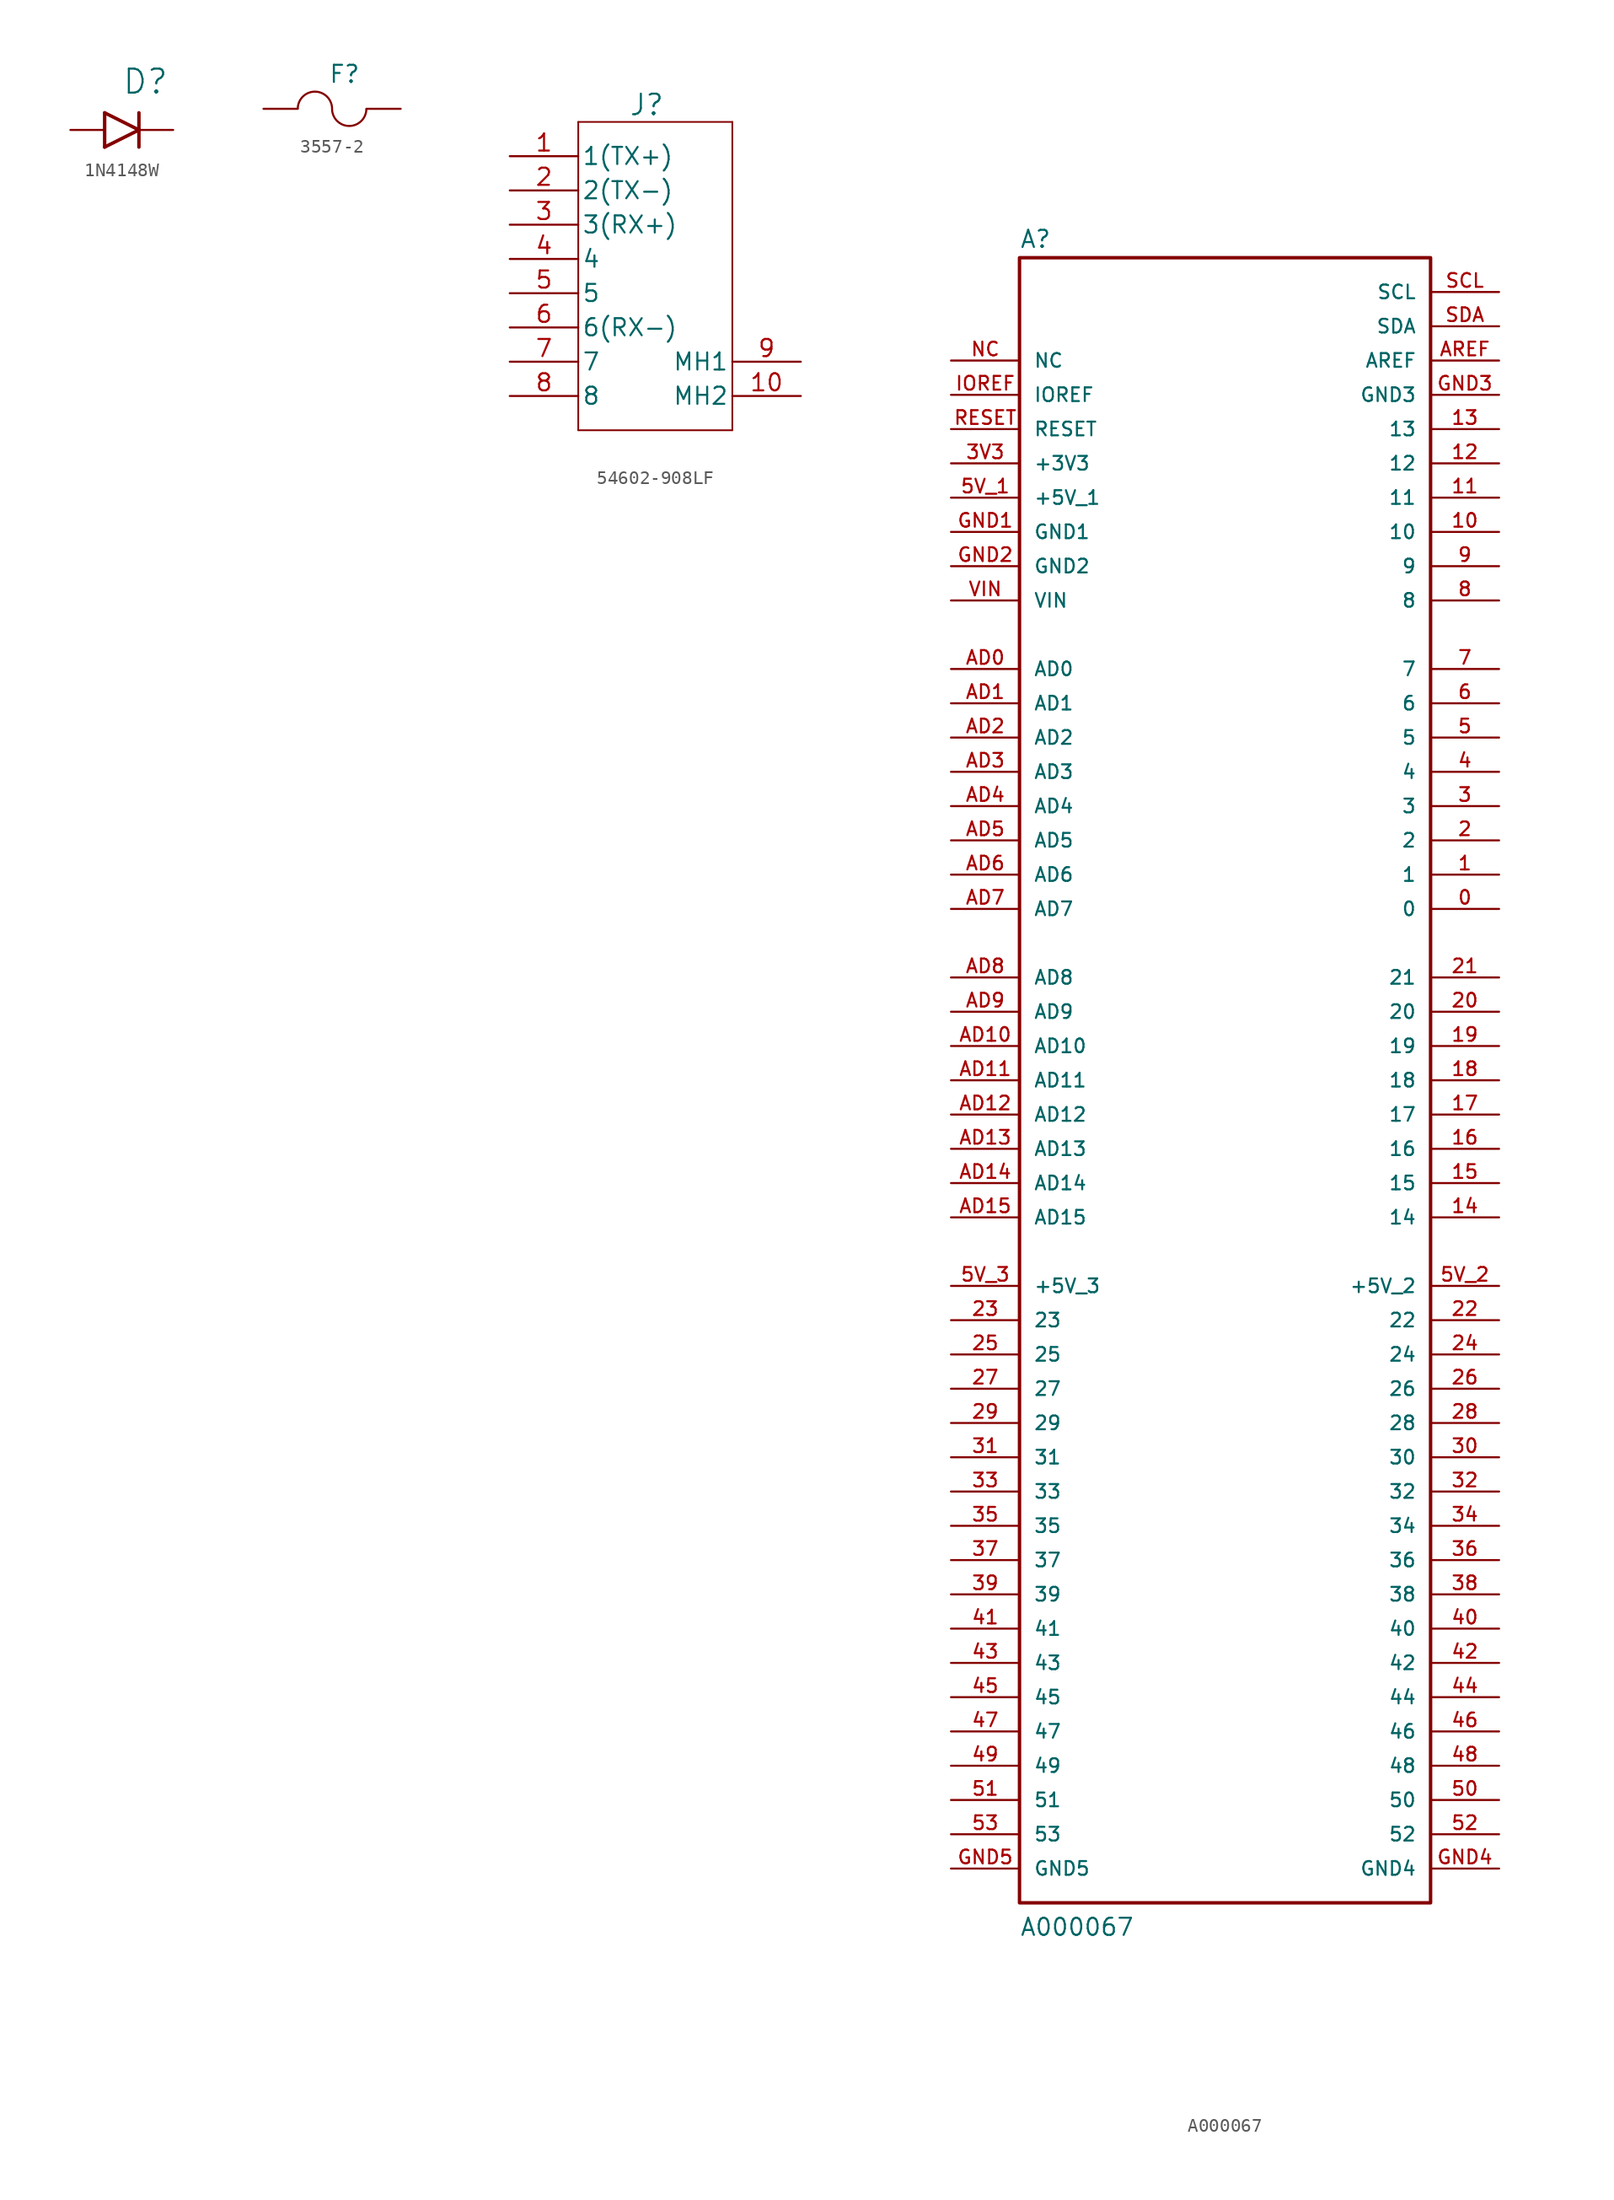
<source format=kicad_sym>
(kicad_symbol_lib
  (version 20220914)
  (generator kicad_symbol_editor)
  (symbol "1N4148W"
    (pin_numbers hide)
    (pin_names hide)
    (property "Reference" "D"
      (at -1.27 2.54 0)
      (effects (font (size 1.778 1.778)) (justify left bottom)))
    (symbol "1N4148W_1_0"
      (polyline (pts (xy -2.54 1.27) (xy -2.54 -1.27)) (stroke (width 0.254) (type solid)) (fill (type none)))
      (polyline (pts (xy -2.54 1.27) (xy 0 0)) (stroke (width 0.254) (type solid)) (fill (type none)))
      (polyline (pts (xy 0 0) (xy -2.54 -1.27)) (stroke (width 0.254) (type solid)) (fill (type none)))
      (polyline (pts (xy 0 0) (xy 0 -1.27)) (stroke (width 0.254) (type solid)) (fill (type none)))
      (polyline (pts (xy 0 1.27) (xy 0 0)) (stroke (width 0.254) (type solid)) (fill (type none)))
      (pin passive line (at 2.54 0 180) (length 2.54) (name "1" (effects (font (size 0 0)))) (number "1" (effects (font (size 0 0)))))
      (pin passive line (at -5.08 0 0) (length 2.54) (name "2" (effects (font (size 0 0)))) (number "2" (effects (font (size 0 0)))))))
  (symbol "3557-2"
    (pin_numbers hide)
    (pin_names
      (offset 1.016) hide)
    (property "Reference" "F"
      (at -0.269 1.825 0)
      (effects (font (size 1.27 1.27)) (justify left bottom)))
    (symbol "3557-2_0_0"
      (arc (start -0.0002 -0.0299) (mid 1.2617 -1.2705) (end 2.5398 -0.0465) (stroke (width 0.1524) (type solid)) (fill (type none)))
      (arc (start 0.0002 0.0298) (mid -1.2617 1.2705) (end -2.5398 0.0464) (stroke (width 0.1524) (type solid)) (fill (type none)))
      (pin passive line (at -5.08 0 0) (length 2.54) (name "1" (effects (font (size 1.016 1.016)))) (number "1" (effects (font (size 1.016 1.016)))))
      (pin passive line (at 5.08 0 180) (length 2.54) (name "2" (effects (font (size 1.016 1.016)))) (number "2" (effects (font (size 1.016 1.016)))))))
  (symbol "54602-908LF"
    (pin_names
      (offset 0.254))
    (property "Reference" "J"
      (at 0 11.43 0)
      (effects (font (size 1.524 1.524))))
    (symbol "54602-908LF_0_1"
      (polyline (pts (xy -5.08 -12.7) (xy 6.35 -12.7)) (stroke (width 0.127) (type default)) (fill (type none)))
      (polyline (pts (xy -5.08 10.16) (xy -5.08 -12.7)) (stroke (width 0.127) (type default)) (fill (type none)))
      (polyline (pts (xy 6.35 -12.7) (xy 6.35 10.16)) (stroke (width 0.127) (type default)) (fill (type none)))
      (polyline (pts (xy 6.35 10.16) (xy -5.08 10.16)) (stroke (width 0.127) (type default)) (fill (type none)))
      (pin passive line (at -10.16 7.62 0) (length 5.08) (name "1(TX+)" (effects (font (size 1.27 1.27)))) (number "1" (effects (font (size 1.27 1.27)))))
      (pin passive line (at 11.43 -10.16 180) (length 5.08) (name "MH2" (effects (font (size 1.27 1.27)))) (number "10" (effects (font (size 1.27 1.27)))))
      (pin passive line (at -10.16 5.08 0) (length 5.08) (name "2(TX-)" (effects (font (size 1.27 1.27)))) (number "2" (effects (font (size 1.27 1.27)))))
      (pin passive line (at -10.16 2.54 0) (length 5.08) (name "3(RX+)" (effects (font (size 1.27 1.27)))) (number "3" (effects (font (size 1.27 1.27)))))
      (pin passive line (at -10.16 0 0) (length 5.08) (name "4" (effects (font (size 1.27 1.27)))) (number "4" (effects (font (size 1.27 1.27)))))
      (pin passive line (at -10.16 -2.54 0) (length 5.08) (name "5" (effects (font (size 1.27 1.27)))) (number "5" (effects (font (size 1.27 1.27)))))
      (pin passive line (at -10.16 -5.08 0) (length 5.08) (name "6(RX-)" (effects (font (size 1.27 1.27)))) (number "6" (effects (font (size 1.27 1.27)))))
      (pin passive line (at -10.16 -7.62 0) (length 5.08) (name "7" (effects (font (size 1.27 1.27)))) (number "7" (effects (font (size 1.27 1.27)))))
      (pin passive line (at -10.16 -10.16 0) (length 5.08) (name "8" (effects (font (size 1.27 1.27)))) (number "8" (effects (font (size 1.27 1.27)))))
      (pin passive line (at 11.43 -7.62 180) (length 5.08) (name "MH1" (effects (font (size 1.27 1.27)))) (number "9" (effects (font (size 1.27 1.27)))))))
  (symbol "A000067"
    (pin_names
      (offset 1.016))
    (property "Reference" "A"
      (at -15.24 61.595 0)
      (effects (font (size 1.27 1.27)) (justify left bottom)))
    (property "Value" "A000067"
      (at -15.24 -63.5 0)
      (effects (font (size 1.27 1.27)) (justify left bottom)))
    (symbol "A000067_0_0"
      (rectangle (start -15.24 60.96) (end 15.24 -60.96) (stroke (width 0.254) (type default)) (fill (type none)))
      (pin passive line (at 20.32 12.7 180) (length 5.08) (name "0" (effects (font (size 1.016 1.016)))) (number "0" (effects (font (size 1.016 1.016)))))
      (pin passive line (at 20.32 15.24 180) (length 5.08) (name "1" (effects (font (size 1.016 1.016)))) (number "1" (effects (font (size 1.016 1.016)))))
      (pin passive line (at 20.32 40.64 180) (length 5.08) (name "10" (effects (font (size 1.016 1.016)))) (number "10" (effects (font (size 1.016 1.016)))))
      (pin passive line (at 20.32 43.18 180) (length 5.08) (name "11" (effects (font (size 1.016 1.016)))) (number "11" (effects (font (size 1.016 1.016)))))
      (pin passive line (at 20.32 45.72 180) (length 5.08) (name "12" (effects (font (size 1.016 1.016)))) (number "12" (effects (font (size 1.016 1.016)))))
      (pin passive line (at 20.32 48.26 180) (length 5.08) (name "13" (effects (font (size 1.016 1.016)))) (number "13" (effects (font (size 1.016 1.016)))))
      (pin passive line (at 20.32 -10.16 180) (length 5.08) (name "14" (effects (font (size 1.016 1.016)))) (number "14" (effects (font (size 1.016 1.016)))))
      (pin passive line (at 20.32 -7.62 180) (length 5.08) (name "15" (effects (font (size 1.016 1.016)))) (number "15" (effects (font (size 1.016 1.016)))))
      (pin passive line (at 20.32 -5.08 180) (length 5.08) (name "16" (effects (font (size 1.016 1.016)))) (number "16" (effects (font (size 1.016 1.016)))))
      (pin passive line (at 20.32 -2.54 180) (length 5.08) (name "17" (effects (font (size 1.016 1.016)))) (number "17" (effects (font (size 1.016 1.016)))))
      (pin passive line (at 20.32 0 180) (length 5.08) (name "18" (effects (font (size 1.016 1.016)))) (number "18" (effects (font (size 1.016 1.016)))))
      (pin passive line (at 20.32 2.54 180) (length 5.08) (name "19" (effects (font (size 1.016 1.016)))) (number "19" (effects (font (size 1.016 1.016)))))
      (pin passive line (at 20.32 17.78 180) (length 5.08) (name "2" (effects (font (size 1.016 1.016)))) (number "2" (effects (font (size 1.016 1.016)))))
      (pin passive line (at 20.32 5.08 180) (length 5.08) (name "20" (effects (font (size 1.016 1.016)))) (number "20" (effects (font (size 1.016 1.016)))))
      (pin passive line (at 20.32 7.62 180) (length 5.08) (name "21" (effects (font (size 1.016 1.016)))) (number "21" (effects (font (size 1.016 1.016)))))
      (pin passive line (at 20.32 -17.78 180) (length 5.08) (name "22" (effects (font (size 1.016 1.016)))) (number "22" (effects (font (size 1.016 1.016)))))
      (pin passive line (at -20.32 -17.78 0) (length 5.08) (name "23" (effects (font (size 1.016 1.016)))) (number "23" (effects (font (size 1.016 1.016)))))
      (pin passive line (at 20.32 -20.32 180) (length 5.08) (name "24" (effects (font (size 1.016 1.016)))) (number "24" (effects (font (size 1.016 1.016)))))
      (pin passive line (at -20.32 -20.32 0) (length 5.08) (name "25" (effects (font (size 1.016 1.016)))) (number "25" (effects (font (size 1.016 1.016)))))
      (pin passive line (at 20.32 -22.86 180) (length 5.08) (name "26" (effects (font (size 1.016 1.016)))) (number "26" (effects (font (size 1.016 1.016)))))
      (pin passive line (at -20.32 -22.86 0) (length 5.08) (name "27" (effects (font (size 1.016 1.016)))) (number "27" (effects (font (size 1.016 1.016)))))
      (pin passive line (at 20.32 -25.4 180) (length 5.08) (name "28" (effects (font (size 1.016 1.016)))) (number "28" (effects (font (size 1.016 1.016)))))
      (pin passive line (at -20.32 -25.4 0) (length 5.08) (name "29" (effects (font (size 1.016 1.016)))) (number "29" (effects (font (size 1.016 1.016)))))
      (pin passive line (at 20.32 20.32 180) (length 5.08) (name "3" (effects (font (size 1.016 1.016)))) (number "3" (effects (font (size 1.016 1.016)))))
      (pin passive line (at 20.32 -27.94 180) (length 5.08) (name "30" (effects (font (size 1.016 1.016)))) (number "30" (effects (font (size 1.016 1.016)))))
      (pin passive line (at -20.32 -27.94 0) (length 5.08) (name "31" (effects (font (size 1.016 1.016)))) (number "31" (effects (font (size 1.016 1.016)))))
      (pin passive line (at 20.32 -30.48 180) (length 5.08) (name "32" (effects (font (size 1.016 1.016)))) (number "32" (effects (font (size 1.016 1.016)))))
      (pin passive line (at -20.32 -30.48 0) (length 5.08) (name "33" (effects (font (size 1.016 1.016)))) (number "33" (effects (font (size 1.016 1.016)))))
      (pin passive line (at 20.32 -33.02 180) (length 5.08) (name "34" (effects (font (size 1.016 1.016)))) (number "34" (effects (font (size 1.016 1.016)))))
      (pin passive line (at -20.32 -33.02 0) (length 5.08) (name "35" (effects (font (size 1.016 1.016)))) (number "35" (effects (font (size 1.016 1.016)))))
      (pin passive line (at 20.32 -35.56 180) (length 5.08) (name "36" (effects (font (size 1.016 1.016)))) (number "36" (effects (font (size 1.016 1.016)))))
      (pin passive line (at -20.32 -35.56 0) (length 5.08) (name "37" (effects (font (size 1.016 1.016)))) (number "37" (effects (font (size 1.016 1.016)))))
      (pin passive line (at 20.32 -38.1 180) (length 5.08) (name "38" (effects (font (size 1.016 1.016)))) (number "38" (effects (font (size 1.016 1.016)))))
      (pin passive line (at -20.32 -38.1 0) (length 5.08) (name "39" (effects (font (size 1.016 1.016)))) (number "39" (effects (font (size 1.016 1.016)))))
      (pin passive line (at -20.32 45.72 0) (length 5.08) (name "+3V3" (effects (font (size 1.016 1.016)))) (number "3V3" (effects (font (size 1.016 1.016)))))
      (pin passive line (at 20.32 22.86 180) (length 5.08) (name "4" (effects (font (size 1.016 1.016)))) (number "4" (effects (font (size 1.016 1.016)))))
      (pin passive line (at 20.32 -40.64 180) (length 5.08) (name "40" (effects (font (size 1.016 1.016)))) (number "40" (effects (font (size 1.016 1.016)))))
      (pin passive line (at -20.32 -40.64 0) (length 5.08) (name "41" (effects (font (size 1.016 1.016)))) (number "41" (effects (font (size 1.016 1.016)))))
      (pin passive line (at 20.32 -43.18 180) (length 5.08) (name "42" (effects (font (size 1.016 1.016)))) (number "42" (effects (font (size 1.016 1.016)))))
      (pin passive line (at -20.32 -43.18 0) (length 5.08) (name "43" (effects (font (size 1.016 1.016)))) (number "43" (effects (font (size 1.016 1.016)))))
      (pin passive line (at 20.32 -45.72 180) (length 5.08) (name "44" (effects (font (size 1.016 1.016)))) (number "44" (effects (font (size 1.016 1.016)))))
      (pin passive line (at -20.32 -45.72 0) (length 5.08) (name "45" (effects (font (size 1.016 1.016)))) (number "45" (effects (font (size 1.016 1.016)))))
      (pin passive line (at 20.32 -48.26 180) (length 5.08) (name "46" (effects (font (size 1.016 1.016)))) (number "46" (effects (font (size 1.016 1.016)))))
      (pin passive line (at -20.32 -48.26 0) (length 5.08) (name "47" (effects (font (size 1.016 1.016)))) (number "47" (effects (font (size 1.016 1.016)))))
      (pin passive line (at 20.32 -50.8 180) (length 5.08) (name "48" (effects (font (size 1.016 1.016)))) (number "48" (effects (font (size 1.016 1.016)))))
      (pin passive line (at -20.32 -50.8 0) (length 5.08) (name "49" (effects (font (size 1.016 1.016)))) (number "49" (effects (font (size 1.016 1.016)))))
      (pin passive line (at 20.32 25.4 180) (length 5.08) (name "5" (effects (font (size 1.016 1.016)))) (number "5" (effects (font (size 1.016 1.016)))))
      (pin passive line (at 20.32 -53.34 180) (length 5.08) (name "50" (effects (font (size 1.016 1.016)))) (number "50" (effects (font (size 1.016 1.016)))))
      (pin passive line (at -20.32 -53.34 0) (length 5.08) (name "51" (effects (font (size 1.016 1.016)))) (number "51" (effects (font (size 1.016 1.016)))))
      (pin passive line (at 20.32 -55.88 180) (length 5.08) (name "52" (effects (font (size 1.016 1.016)))) (number "52" (effects (font (size 1.016 1.016)))))
      (pin passive line (at -20.32 -55.88 0) (length 5.08) (name "53" (effects (font (size 1.016 1.016)))) (number "53" (effects (font (size 1.016 1.016)))))
      (pin passive line (at -20.32 43.18 0) (length 5.08) (name "+5V_1" (effects (font (size 1.016 1.016)))) (number "5V_1" (effects (font (size 1.016 1.016)))))
      (pin passive line (at 20.32 -15.24 180) (length 5.08) (name "+5V_2" (effects (font (size 1.016 1.016)))) (number "5V_2" (effects (font (size 1.016 1.016)))))
      (pin passive line (at -20.32 -15.24 0) (length 5.08) (name "+5V_3" (effects (font (size 1.016 1.016)))) (number "5V_3" (effects (font (size 1.016 1.016)))))
      (pin passive line (at 20.32 27.94 180) (length 5.08) (name "6" (effects (font (size 1.016 1.016)))) (number "6" (effects (font (size 1.016 1.016)))))
      (pin passive line (at 20.32 30.48 180) (length 5.08) (name "7" (effects (font (size 1.016 1.016)))) (number "7" (effects (font (size 1.016 1.016)))))
      (pin passive line (at 20.32 35.56 180) (length 5.08) (name "8" (effects (font (size 1.016 1.016)))) (number "8" (effects (font (size 1.016 1.016)))))
      (pin passive line (at 20.32 38.1 180) (length 5.08) (name "9" (effects (font (size 1.016 1.016)))) (number "9" (effects (font (size 1.016 1.016)))))
      (pin passive line (at -20.32 30.48 0) (length 5.08) (name "AD0" (effects (font (size 1.016 1.016)))) (number "AD0" (effects (font (size 1.016 1.016)))))
      (pin passive line (at -20.32 27.94 0) (length 5.08) (name "AD1" (effects (font (size 1.016 1.016)))) (number "AD1" (effects (font (size 1.016 1.016)))))
      (pin passive line (at -20.32 2.54 0) (length 5.08) (name "AD10" (effects (font (size 1.016 1.016)))) (number "AD10" (effects (font (size 1.016 1.016)))))
      (pin passive line (at -20.32 0 0) (length 5.08) (name "AD11" (effects (font (size 1.016 1.016)))) (number "AD11" (effects (font (size 1.016 1.016)))))
      (pin passive line (at -20.32 -2.54 0) (length 5.08) (name "AD12" (effects (font (size 1.016 1.016)))) (number "AD12" (effects (font (size 1.016 1.016)))))
      (pin passive line (at -20.32 -5.08 0) (length 5.08) (name "AD13" (effects (font (size 1.016 1.016)))) (number "AD13" (effects (font (size 1.016 1.016)))))
      (pin passive line (at -20.32 -7.62 0) (length 5.08) (name "AD14" (effects (font (size 1.016 1.016)))) (number "AD14" (effects (font (size 1.016 1.016)))))
      (pin passive line (at -20.32 -10.16 0) (length 5.08) (name "AD15" (effects (font (size 1.016 1.016)))) (number "AD15" (effects (font (size 1.016 1.016)))))
      (pin passive line (at -20.32 25.4 0) (length 5.08) (name "AD2" (effects (font (size 1.016 1.016)))) (number "AD2" (effects (font (size 1.016 1.016)))))
      (pin passive line (at -20.32 22.86 0) (length 5.08) (name "AD3" (effects (font (size 1.016 1.016)))) (number "AD3" (effects (font (size 1.016 1.016)))))
      (pin passive line (at -20.32 20.32 0) (length 5.08) (name "AD4" (effects (font (size 1.016 1.016)))) (number "AD4" (effects (font (size 1.016 1.016)))))
      (pin passive line (at -20.32 17.78 0) (length 5.08) (name "AD5" (effects (font (size 1.016 1.016)))) (number "AD5" (effects (font (size 1.016 1.016)))))
      (pin passive line (at -20.32 15.24 0) (length 5.08) (name "AD6" (effects (font (size 1.016 1.016)))) (number "AD6" (effects (font (size 1.016 1.016)))))
      (pin passive line (at -20.32 12.7 0) (length 5.08) (name "AD7" (effects (font (size 1.016 1.016)))) (number "AD7" (effects (font (size 1.016 1.016)))))
      (pin passive line (at -20.32 7.62 0) (length 5.08) (name "AD8" (effects (font (size 1.016 1.016)))) (number "AD8" (effects (font (size 1.016 1.016)))))
      (pin passive line (at -20.32 5.08 0) (length 5.08) (name "AD9" (effects (font (size 1.016 1.016)))) (number "AD9" (effects (font (size 1.016 1.016)))))
      (pin passive line (at 20.32 53.34 180) (length 5.08) (name "AREF" (effects (font (size 1.016 1.016)))) (number "AREF" (effects (font (size 1.016 1.016)))))
      (pin passive line (at -20.32 40.64 0) (length 5.08) (name "GND1" (effects (font (size 1.016 1.016)))) (number "GND1" (effects (font (size 1.016 1.016)))))
      (pin passive line (at -20.32 38.1 0) (length 5.08) (name "GND2" (effects (font (size 1.016 1.016)))) (number "GND2" (effects (font (size 1.016 1.016)))))
      (pin passive line (at 20.32 50.8 180) (length 5.08) (name "GND3" (effects (font (size 1.016 1.016)))) (number "GND3" (effects (font (size 1.016 1.016)))))
      (pin passive line (at 20.32 -58.42 180) (length 5.08) (name "GND4" (effects (font (size 1.016 1.016)))) (number "GND4" (effects (font (size 1.016 1.016)))))
      (pin passive line (at -20.32 -58.42 0) (length 5.08) (name "GND5" (effects (font (size 1.016 1.016)))) (number "GND5" (effects (font (size 1.016 1.016)))))
      (pin passive line (at -20.32 50.8 0) (length 5.08) (name "IOREF" (effects (font (size 1.016 1.016)))) (number "IOREF" (effects (font (size 1.016 1.016)))))
      (pin passive line (at -20.32 53.34 0) (length 5.08) (name "NC" (effects (font (size 1.016 1.016)))) (number "NC" (effects (font (size 1.016 1.016)))))
      (pin passive line (at -20.32 48.26 0) (length 5.08) (name "RESET" (effects (font (size 1.016 1.016)))) (number "RESET" (effects (font (size 1.016 1.016)))))
      (pin passive line (at 20.32 58.42 180) (length 5.08) (name "SCL" (effects (font (size 1.016 1.016)))) (number "SCL" (effects (font (size 1.016 1.016)))))
      (pin passive line (at 20.32 55.88 180) (length 5.08) (name "SDA" (effects (font (size 1.016 1.016)))) (number "SDA" (effects (font (size 1.016 1.016)))))
      (pin passive line (at -20.32 35.56 0) (length 5.08) (name "VIN" (effects (font (size 1.016 1.016)))) (number "VIN" (effects (font (size 1.016 1.016))))))))
</source>
